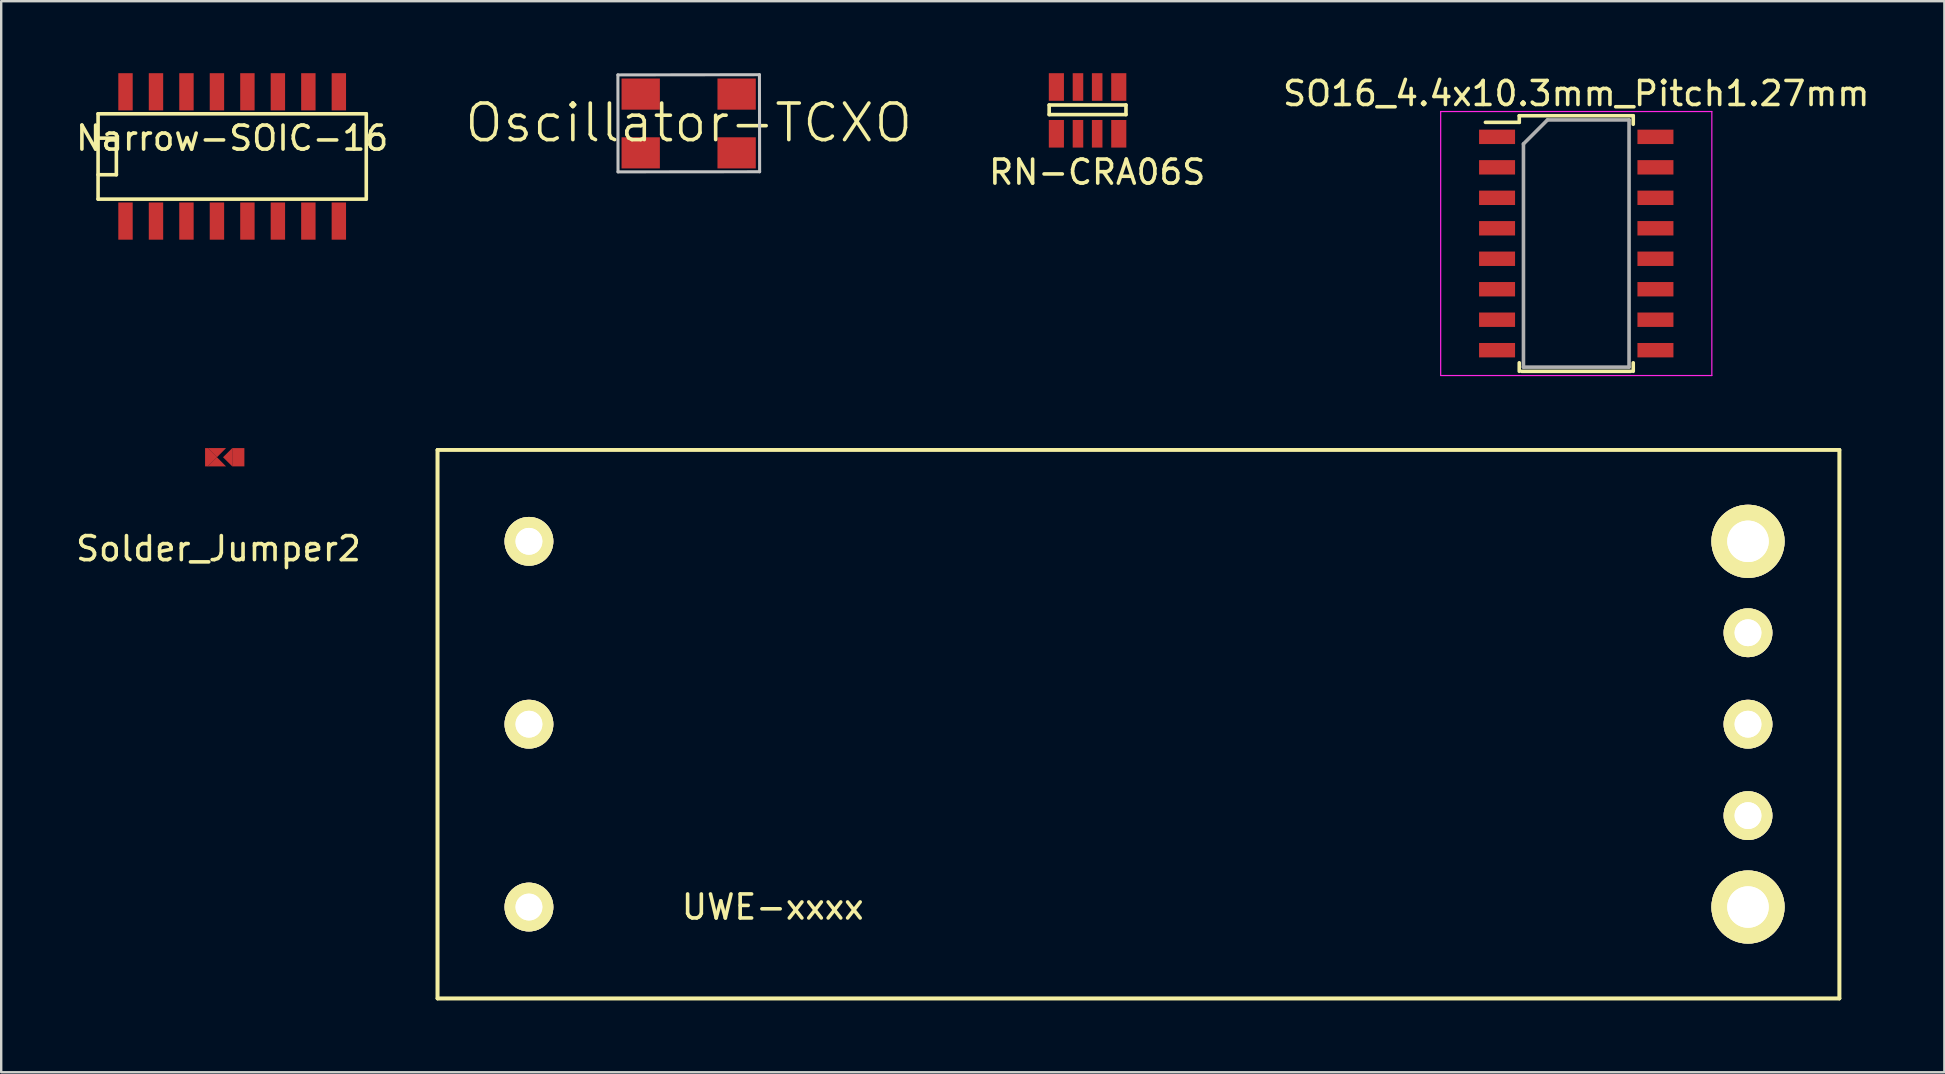
<source format=kicad_pcb>
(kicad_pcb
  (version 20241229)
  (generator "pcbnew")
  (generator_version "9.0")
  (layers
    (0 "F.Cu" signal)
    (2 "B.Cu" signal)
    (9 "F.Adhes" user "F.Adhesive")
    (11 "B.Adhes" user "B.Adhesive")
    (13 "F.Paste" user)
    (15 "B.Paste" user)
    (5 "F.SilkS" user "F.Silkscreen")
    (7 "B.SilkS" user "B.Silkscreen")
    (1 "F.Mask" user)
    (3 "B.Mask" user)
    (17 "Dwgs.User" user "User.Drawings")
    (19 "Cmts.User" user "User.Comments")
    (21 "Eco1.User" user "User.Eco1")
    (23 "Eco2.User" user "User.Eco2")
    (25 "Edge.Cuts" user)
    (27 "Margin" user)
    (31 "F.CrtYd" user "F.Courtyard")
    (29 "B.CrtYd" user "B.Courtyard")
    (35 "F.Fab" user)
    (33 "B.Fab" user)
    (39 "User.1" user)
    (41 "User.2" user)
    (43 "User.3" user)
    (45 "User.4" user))
  (footprint "SO16_4.4x10.3mm_Pitch1.27mm"
    (layer "F.Cu")
    (at 62.635 7.098)
    (property "Reference" "SO16_4.4x10.3mm_Pitch1.27mm" (at 0 -6.25 0) (layer "F.SilkS") (effects (font (size 1 1) (thickness 0.15))))
    (attr smd)
    (fp_line (start -2.375 -5.325) (end -2.375 -5.05) (stroke (width 0.15) (type solid)) (layer "F.SilkS"))
    (fp_line (start -2.375 -5.325) (end 2.375 -5.325) (stroke (width 0.15) (type solid)) (layer "F.SilkS"))
    (fp_line (start -2.375 -5.05) (end -3.785 -5.05) (stroke (width 0.15) (type solid)) (layer "F.SilkS"))
    (fp_line (start -2.375 5.325) (end -2.375 4.97) (stroke (width 0.15) (type solid)) (layer "F.SilkS"))
    (fp_line (start -2.275 5.325) (end 2.275 5.325) (stroke (width 0.15) (type solid)) (layer "F.SilkS"))
    (fp_line (start 2.375 -5.325) (end 2.375 -4.97) (stroke (width 0.15) (type solid)) (layer "F.SilkS"))
    (fp_line (start 2.375 5.325) (end 2.375 4.97) (stroke (width 0.15) (type solid)) (layer "F.SilkS"))
    (fp_line (start -5.65 -5.5) (end -5.65 5.5) (stroke (width 0.05) (type solid)) (layer "F.CrtYd"))
    (fp_line (start -5.65 -5.5) (end 5.65 -5.5) (stroke (width 0.05) (type solid)) (layer "F.CrtYd"))
    (fp_line (start -5.65 5.5) (end 5.65 5.5) (stroke (width 0.05) (type solid)) (layer "F.CrtYd"))
    (fp_line (start 5.65 -5.5) (end 5.65 5.5) (stroke (width 0.05) (type solid)) (layer "F.CrtYd"))
    (fp_line (start -2.2 -4.15) (end -1.2 -5.15) (stroke (width 0.15) (type solid)) (layer "F.Fab"))
    (fp_line (start -2.2 5.15) (end -2.2 -4.15) (stroke (width 0.15) (type solid)) (layer "F.Fab"))
    (fp_line (start -1.2 -5.15) (end 2.2 -5.15) (stroke (width 0.15) (type solid)) (layer "F.Fab"))
    (fp_line (start 2.2 -5.15) (end 2.2 5.15) (stroke (width 0.15) (type solid)) (layer "F.Fab"))
    (fp_line (start 2.2 5.15) (end -2.2 5.15) (stroke (width 0.15) (type solid)) (layer "F.Fab"))
    (pad "1" smd rect (at -3.3 -4.445) (size 1.5 0.6) (layers "F.Cu" "F.Mask" "F.Paste"))
    (pad "2" smd rect (at -3.3 -3.175) (size 1.5 0.6) (layers "F.Cu" "F.Mask" "F.Paste"))
    (pad "3" smd rect (at -3.3 -1.905) (size 1.5 0.6) (layers "F.Cu" "F.Mask" "F.Paste"))
    (pad "4" smd rect (at -3.3 -0.635) (size 1.5 0.6) (layers "F.Cu" "F.Mask" "F.Paste"))
    (pad "5" smd rect (at -3.3 0.635) (size 1.5 0.6) (layers "F.Cu" "F.Mask" "F.Paste"))
    (pad "6" smd rect (at -3.3 1.905) (size 1.5 0.6) (layers "F.Cu" "F.Mask" "F.Paste"))
    (pad "7" smd rect (at -3.3 3.175) (size 1.5 0.6) (layers "F.Cu" "F.Mask" "F.Paste"))
    (pad "8" smd rect (at -3.3 4.445) (size 1.5 0.6) (layers "F.Cu" "F.Mask" "F.Paste"))
    (pad "9" smd rect (at 3.3 4.445) (size 1.5 0.6) (layers "F.Cu" "F.Mask" "F.Paste"))
    (pad "10" smd rect (at 3.3 3.175) (size 1.5 0.6) (layers "F.Cu" "F.Mask" "F.Paste"))
    (pad "11" smd rect (at 3.3 1.905) (size 1.5 0.6) (layers "F.Cu" "F.Mask" "F.Paste"))
    (pad "12" smd rect (at 3.3 0.635) (size 1.5 0.6) (layers "F.Cu" "F.Mask" "F.Paste"))
    (pad "13" smd rect (at 3.3 -0.635) (size 1.5 0.6) (layers "F.Cu" "F.Mask" "F.Paste"))
    (pad "14" smd rect (at 3.3 -1.905) (size 1.5 0.6) (layers "F.Cu" "F.Mask" "F.Paste"))
    (pad "15" smd rect (at 3.3 -3.175) (size 1.5 0.6) (layers "F.Cu" "F.Mask" "F.Paste"))
    (pad "16" smd rect (at 3.3 -4.445) (size 1.5 0.6) (layers "F.Cu" "F.Mask" "F.Paste")))
  (footprint "RN-CRA06S"
    (layer "F.Cu")
    (at 41.871 1.725)
    (property "Reference" "RN-CRA06S" (at 0.8 2.4 0) (layer "F.SilkS") (effects (font (size 1 1) (thickness 0.15))))
    (attr through_hole)
    (fp_line (start -1.2 -0.4) (end 2 -0.4) (stroke (width 0.15) (type solid)) (layer "F.SilkS"))
    (fp_line (start -1.2 0) (end -1.2 -0.4) (stroke (width 0.15) (type solid)) (layer "F.SilkS"))
    (fp_line (start 2 -0.4) (end 2 0) (stroke (width 0.15) (type solid)) (layer "F.SilkS"))
    (fp_line (start 2 0) (end -1.2 0) (stroke (width 0.15) (type solid)) (layer "F.SilkS"))
    (pad "1" smd rect (at -0.9 0.8) (size 0.63 1.15) (layers "F.Cu" "F.Mask" "F.Paste"))
    (pad "2" smd rect (at 0 0.8) (size 0.44 1.15) (layers "F.Cu" "F.Mask" "F.Paste"))
    (pad "3" smd rect (at 0.8 0.8) (size 0.44 1.15) (layers "F.Cu" "F.Mask" "F.Paste"))
    (pad "4" smd rect (at 1.7 0.8) (size 0.63 1.15) (layers "F.Cu" "F.Mask" "F.Paste"))
    (pad "5" smd rect (at 1.7 -1.15) (size 0.63 1.15) (layers "F.Cu" "F.Mask" "F.Paste"))
    (pad "6" smd rect (at 0.8 -1.15) (size 0.44 1.15) (layers "F.Cu" "F.Mask" "F.Paste"))
    (pad "7" smd rect (at 0 -1.15) (size 0.44 1.15) (layers "F.Cu" "F.Mask" "F.Paste"))
    (pad "8" smd rect (at -0.9 -1.15) (size 0.63 1.15) (layers "F.Cu" "F.Mask" "F.Paste")))
  (footprint "Oscillator-TCXO"
    (layer "F.Cu")
    (at 25.648 2.07)
    (property "Reference" "Oscillator-TCXO" (at 0 0 0) (layer "F.SilkS") (effects (font (size 1.524 1.524) (thickness 0.15))))
    (attr smd)
    (fp_line (start -2.949 -1.999) (end 2.949 -2.007) (stroke (width 0.127) (type solid)) (layer "Dwgs.User"))
    (fp_line (start -2.944 2.042) (end -2.949 -1.999) (stroke (width 0.127) (type solid)) (layer "Dwgs.User"))
    (fp_line (start 2.949 -2.007) (end 2.957 2.037) (stroke (width 0.127) (type solid)) (layer "Dwgs.User"))
    (fp_line (start 2.957 2.037) (end -2.944 2.042) (stroke (width 0.127) (type solid)) (layer "Dwgs.User"))
    (pad "GND" smd rect (at 1.999 1.25) (size 1.598 1.298) (layers "F.Cu" "F.Mask" "F.Paste"))
    (pad "NC" smd rect (at -1.999 1.25) (size 1.598 1.298) (layers "F.Cu" "F.Mask" "F.Paste"))
    (pad "OUT" smd rect (at 1.999 -1.199 180) (size 1.598 1.298) (layers "F.Cu" "F.Mask" "F.Paste"))
    (pad "VCC" smd rect (at -1.999 -1.199) (size 1.598 1.298) (layers "F.Cu" "F.Mask" "F.Paste")))
  (footprint "Solder_Jumper2"
    (layer "F.Cu")
    (at 6.054 16.004)
    (property "Reference" "Solder_Jumper2" (at 0 3.81 0) (layer "F.SilkS") (effects (font (size 1 1) (thickness 0.15))))
    (attr through_hole)
    (pad "" smd rect (at 0.254 0 90) (size 0.762 1.651) (layers "F.Mask"))
    (pad "1" smd trapezoid (at 0.381 0 90) (size 0.381 0.381) (rect_delta 0 0.378) (layers "F.Cu" "F.Mask" "F.Paste"))
    (pad "1" smd rect (at 0.826 0 180) (size 0.508 0.762) (layers "F.Cu" "F.Mask" "F.Paste"))
    (pad "2" smd rect (at -0.495 0) (size 0.127 0.762) (layers "F.Cu" "F.Mask" "F.Paste"))
    (pad "2" smd trapezoid (at -0.251 0 270) (size 0.381 0.381) (rect_delta 0 0.378) (layers "F.Cu" "F.Mask" "F.Paste"))
    (pad "2" smd trapezoid (at -0.064 -0.191 180) (size 0.381 0.381) (rect_delta 0 0.378) (layers "F.Cu" "F.Mask" "F.Paste"))
    (pad "2" smd trapezoid (at -0.064 0.191) (size 0.381 0.381) (rect_delta 0 0.378) (layers "F.Cu" "F.Mask" "F.Paste")))
  (footprint "UWE-xxxx"
    (layer "F.Cu")
    (at 18.992 19.508)
    (property "Reference" "UWE-xxxx" (at 10.16 15.24 180) (layer "F.SilkS") (effects (font (size 1 1) (thickness 0.15))))
    (attr through_hole)
    (fp_line (start -3.81 -3.81) (end 54.61 -3.81) (stroke (width 0.15) (type solid)) (layer "F.SilkS"))
    (fp_line (start -3.81 -3.81) (end 54.61 -3.81) (stroke (width 0.15) (type solid)) (layer "F.SilkS"))
    (fp_line (start -3.81 19.05) (end -3.81 -3.81) (stroke (width 0.15) (type solid)) (layer "F.SilkS"))
    (fp_line (start -3.81 19.05) (end -3.81 -3.81) (stroke (width 0.15) (type solid)) (layer "F.SilkS"))
    (fp_line (start 54.61 -3.81) (end 54.61 19.05) (stroke (width 0.15) (type solid)) (layer "F.SilkS"))
    (fp_line (start 54.61 -3.81) (end 54.61 19.05) (stroke (width 0.15) (type solid)) (layer "F.SilkS"))
    (fp_line (start 54.61 19.05) (end -3.81 19.05) (stroke (width 0.15) (type solid)) (layer "F.SilkS"))
    (fp_line (start 54.61 19.05) (end -3.81 19.05) (stroke (width 0.15) (type solid)) (layer "F.SilkS"))
    (pad "1" thru_hole circle (at 0 0) (size 2.032 2.032) (drill 1.118) (layers "*.Cu" "*.Mask" "F.SilkS"))
    (pad "1" thru_hole circle (at 0 0) (size 2.032 2.032) (drill 1.118) (layers "*.Cu" "*.Mask" "F.SilkS"))
    (pad "2" thru_hole circle (at 0 7.62) (size 2.032 2.032) (drill 1.118) (layers "*.Cu" "*.Mask" "F.SilkS"))
    (pad "2" thru_hole circle (at 0 7.62) (size 2.032 2.032) (drill 1.118) (layers "*.Cu" "*.Mask" "F.SilkS"))
    (pad "3" thru_hole circle (at 0 15.24) (size 2.032 2.032) (drill 1.118) (layers "*.Cu" "*.Mask" "F.SilkS"))
    (pad "3" thru_hole circle (at 0 15.24) (size 2.032 2.032) (drill 1.118) (layers "*.Cu" "*.Mask" "F.SilkS"))
    (pad "4" thru_hole circle (at 50.8 15.24) (size 3.048 3.048) (drill 1.727) (layers "*.Cu" "*.Mask" "F.SilkS"))
    (pad "4" thru_hole circle (at 50.8 15.24) (size 3.048 3.048) (drill 1.727) (layers "*.Cu" "*.Mask" "F.SilkS"))
    (pad "5" thru_hole circle (at 50.8 11.43) (size 2.032 2.032) (drill 1.118) (layers "*.Cu" "*.Mask" "F.SilkS"))
    (pad "5" thru_hole circle (at 50.8 11.43) (size 2.032 2.032) (drill 1.118) (layers "*.Cu" "*.Mask" "F.SilkS"))
    (pad "6" thru_hole circle (at 50.8 7.62) (size 2.032 2.032) (drill 1.118) (layers "*.Cu" "*.Mask" "F.SilkS"))
    (pad "6" thru_hole circle (at 50.8 7.62) (size 2.032 2.032) (drill 1.118) (layers "*.Cu" "*.Mask" "F.SilkS"))
    (pad "7" thru_hole circle (at 50.8 3.81) (size 2.032 2.032) (drill 1.118) (layers "*.Cu" "*.Mask" "F.SilkS"))
    (pad "7" thru_hole circle (at 50.8 3.81) (size 2.032 2.032) (drill 1.118) (layers "*.Cu" "*.Mask" "F.SilkS"))
    (pad "8" thru_hole circle (at 50.8 0) (size 3.048 3.048) (drill 1.727) (layers "*.Cu" "*.Mask" "F.SilkS"))
    (pad "8" thru_hole circle (at 50.8 0) (size 3.048 3.048) (drill 1.727) (layers "*.Cu" "*.Mask" "F.SilkS")))
  (footprint "Narrow-SOIC-16"
    (layer "F.Cu")
    (at 6.625 3.469)
    (property "Reference" "Narrow-SOIC-16" (at 0 -0.762 0) (layer "F.SilkS") (effects (font (size 1 1) (thickness 0.15))))
    (attr smd)
    (fp_line (start -5.588 -1.778) (end 5.588 -1.778) (stroke (width 0.15) (type solid)) (layer "F.SilkS"))
    (fp_line (start -5.588 -0.762) (end -4.826 -0.762) (stroke (width 0.15) (type solid)) (layer "F.SilkS"))
    (fp_line (start -5.588 1.778) (end -5.588 -1.778) (stroke (width 0.15) (type solid)) (layer "F.SilkS"))
    (fp_line (start -4.826 -0.762) (end -4.826 0.762) (stroke (width 0.15) (type solid)) (layer "F.SilkS"))
    (fp_line (start -4.826 0.762) (end -5.588 0.762) (stroke (width 0.15) (type solid)) (layer "F.SilkS"))
    (fp_line (start 5.588 -1.778) (end 5.588 1.778) (stroke (width 0.15) (type solid)) (layer "F.SilkS"))
    (fp_line (start 5.588 1.778) (end -5.588 1.778) (stroke (width 0.15) (type solid)) (layer "F.SilkS"))
    (pad "1" smd rect (at -4.445 2.694) (size 0.6 1.55) (layers "F.Cu" "F.Mask" "F.Paste"))
    (pad "2" smd rect (at -3.175 2.694) (size 0.6 1.55) (layers "F.Cu" "F.Mask" "F.Paste"))
    (pad "3" smd rect (at -1.905 2.694) (size 0.6 1.55) (layers "F.Cu" "F.Mask" "F.Paste"))
    (pad "4" smd rect (at -0.635 2.694) (size 0.6 1.55) (layers "F.Cu" "F.Mask" "F.Paste"))
    (pad "5" smd rect (at 0.635 2.694) (size 0.6 1.55) (layers "F.Cu" "F.Mask" "F.Paste"))
    (pad "6" smd rect (at 1.905 2.694) (size 0.6 1.55) (layers "F.Cu" "F.Mask" "F.Paste"))
    (pad "7" smd rect (at 3.175 2.694) (size 0.6 1.55) (layers "F.Cu" "F.Mask" "F.Paste"))
    (pad "8" smd rect (at 4.445 2.694) (size 0.6 1.55) (layers "F.Cu" "F.Mask" "F.Paste"))
    (pad "9" smd rect (at 4.445 -2.694) (size 0.6 1.55) (layers "F.Cu" "F.Mask" "F.Paste"))
    (pad "10" smd rect (at 3.175 -2.694) (size 0.6 1.55) (layers "F.Cu" "F.Mask" "F.Paste"))
    (pad "11" smd rect (at 1.905 -2.694) (size 0.6 1.55) (layers "F.Cu" "F.Mask" "F.Paste"))
    (pad "12" smd rect (at 0.635 -2.694) (size 0.6 1.55) (layers "F.Cu" "F.Mask" "F.Paste"))
    (pad "13" smd rect (at -0.635 -2.694) (size 0.6 1.55) (layers "F.Cu" "F.Mask" "F.Paste"))
    (pad "14" smd rect (at -1.905 -2.694) (size 0.6 1.55) (layers "F.Cu" "F.Mask" "F.Paste"))
    (pad "15" smd rect (at -3.175 -2.694) (size 0.6 1.55) (layers "F.Cu" "F.Mask" "F.Paste"))
    (pad "16" smd rect (at -4.445 -2.694) (size 0.6 1.55) (layers "F.Cu" "F.Mask" "F.Paste")))
  (gr_rect
    (start -3 -3)
    (end 77.975 41.633)
    (stroke (width 0.1) (type default))
    (fill no)
    (layer "Edge.Cuts")))
</source>
